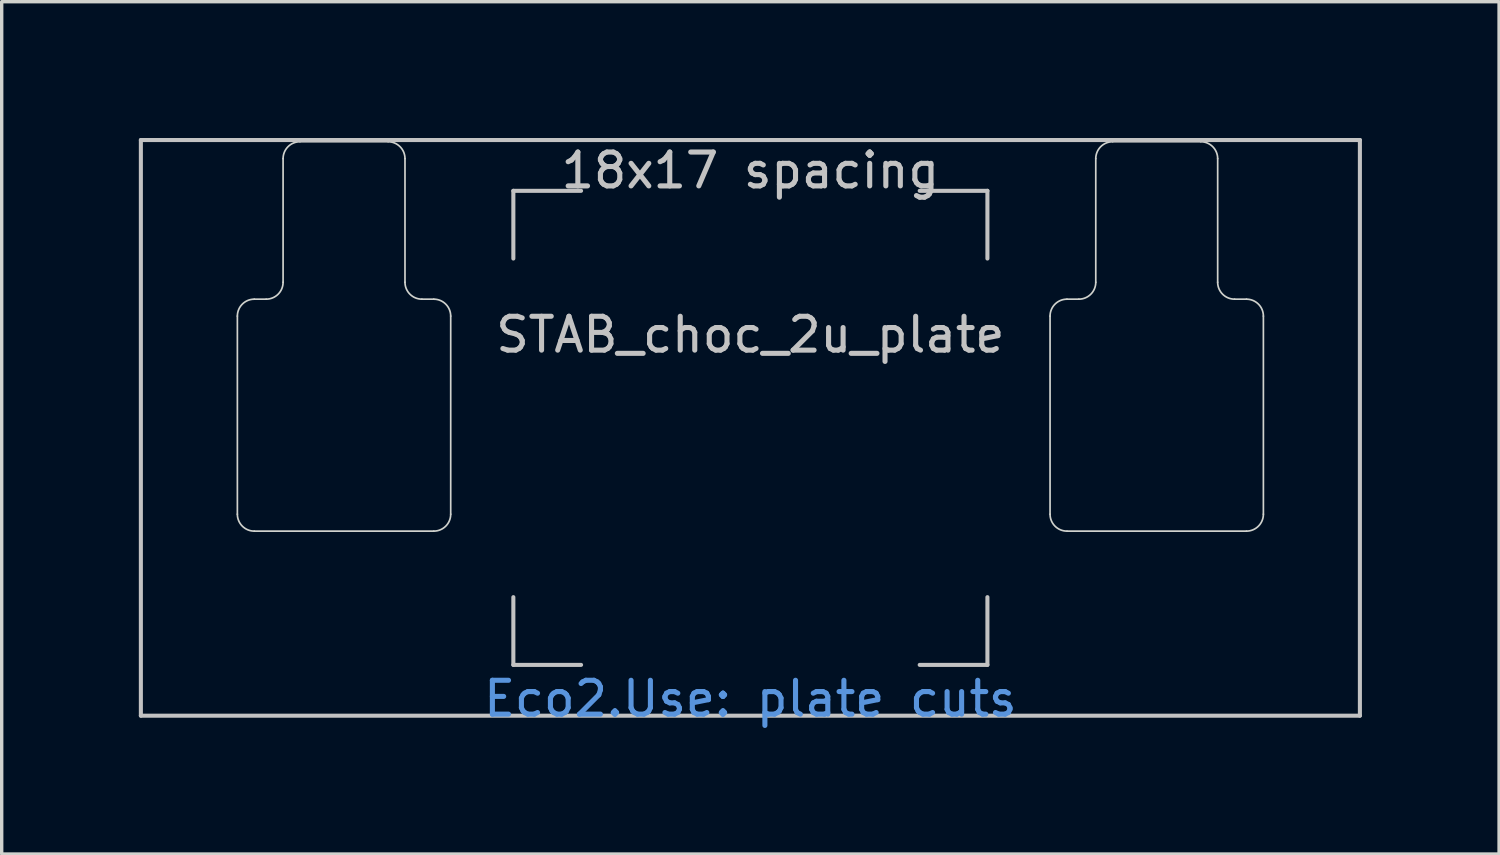
<source format=kicad_pcb>
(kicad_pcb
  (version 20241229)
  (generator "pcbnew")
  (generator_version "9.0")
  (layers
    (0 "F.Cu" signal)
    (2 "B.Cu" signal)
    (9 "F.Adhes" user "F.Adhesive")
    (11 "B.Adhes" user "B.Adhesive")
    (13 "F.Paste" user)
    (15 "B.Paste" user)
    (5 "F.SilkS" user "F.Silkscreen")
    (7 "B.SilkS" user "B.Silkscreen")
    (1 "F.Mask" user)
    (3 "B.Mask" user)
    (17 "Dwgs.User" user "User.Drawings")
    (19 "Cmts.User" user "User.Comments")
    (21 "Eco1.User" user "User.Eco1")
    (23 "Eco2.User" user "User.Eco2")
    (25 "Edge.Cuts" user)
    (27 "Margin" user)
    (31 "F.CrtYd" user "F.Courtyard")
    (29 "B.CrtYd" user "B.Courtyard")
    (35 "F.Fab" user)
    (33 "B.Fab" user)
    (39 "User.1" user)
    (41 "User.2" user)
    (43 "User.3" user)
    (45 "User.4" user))
  (footprint "STAB_choc_2u_plate"
    (layer "F.Cu")
    (at 19.11 9.585)
    (property "Reference" "STAB_choc_2u_plate" (at 0 -2.75 180) (layer "Dwgs.User") (effects (font (size 1 1) (thickness 0.15))))
    (attr exclude_from_pos_files exclude_from_bom)
    (fp_line (start -18 -8.5) (end 18 -8.5) (stroke (width 0.12) (type solid)) (layer "Dwgs.User"))
    (fp_line (start -18 8.5) (end -18 -8.5) (stroke (width 0.12) (type solid)) (layer "Dwgs.User"))
    (fp_line (start -7 -7) (end -7 -5) (stroke (width 0.12) (type solid)) (layer "Dwgs.User"))
    (fp_line (start -7 -7) (end -5 -7) (stroke (width 0.12) (type solid)) (layer "Dwgs.User"))
    (fp_line (start -7 7) (end -7 5) (stroke (width 0.12) (type solid)) (layer "Dwgs.User"))
    (fp_line (start -7 7) (end -5 7) (stroke (width 0.12) (type solid)) (layer "Dwgs.User"))
    (fp_line (start 7 -7) (end 5 -7) (stroke (width 0.12) (type solid)) (layer "Dwgs.User"))
    (fp_line (start 7 -7) (end 7 -5) (stroke (width 0.12) (type solid)) (layer "Dwgs.User"))
    (fp_line (start 7 5) (end 7 7) (stroke (width 0.12) (type solid)) (layer "Dwgs.User"))
    (fp_line (start 7 7) (end 5 7) (stroke (width 0.12) (type solid)) (layer "Dwgs.User"))
    (fp_line (start 18 -8.5) (end 18 8.5) (stroke (width 0.12) (type solid)) (layer "Dwgs.User"))
    (fp_line (start 18 8.5) (end -18 8.5) (stroke (width 0.12) (type solid)) (layer "Dwgs.User"))
    (fp_line (start -19.05 -9.525) (end -19.05 9.525) (stroke (width 0.12) (type solid)) (layer "Eco1.User"))
    (fp_line (start -19.05 9.525) (end 19.05 9.525) (stroke (width 0.12) (type solid)) (layer "Eco1.User"))
    (fp_line (start 19.05 -9.525) (end -19.05 -9.525) (stroke (width 0.12) (type solid)) (layer "Eco1.User"))
    (fp_line (start 19.05 9.525) (end 19.05 -9.525) (stroke (width 0.12) (type solid)) (layer "Eco1.User"))
    (fp_line (start -15.15 2.55) (end -15.15 -3.3) (stroke (width 0.05) (type solid)) (layer "Edge.Cuts"))
    (fp_line (start -14.65 -3.8) (end -14.3 -3.8) (stroke (width 0.05) (type solid)) (layer "Edge.Cuts"))
    (fp_line (start -14.65 3.05) (end -9.35 3.05) (stroke (width 0.05) (type solid)) (layer "Edge.Cuts"))
    (fp_line (start -13.8 -4.3) (end -13.8 -7.95) (stroke (width 0.05) (type solid)) (layer "Edge.Cuts"))
    (fp_line (start -13.3 -8.45) (end -10.7 -8.45) (stroke (width 0.05) (type solid)) (layer "Edge.Cuts"))
    (fp_line (start -10.2 -4.3) (end -10.2 -7.95) (stroke (width 0.05) (type solid)) (layer "Edge.Cuts"))
    (fp_line (start -9.35 -3.8) (end -9.7 -3.8) (stroke (width 0.05) (type solid)) (layer "Edge.Cuts"))
    (fp_line (start -8.85 2.55) (end -8.85 -3.3) (stroke (width 0.05) (type solid)) (layer "Edge.Cuts"))
    (fp_line (start 8.85 2.55) (end 8.85 -3.3) (stroke (width 0.05) (type solid)) (layer "Edge.Cuts"))
    (fp_line (start 9.35 -3.8) (end 9.7 -3.8) (stroke (width 0.05) (type solid)) (layer "Edge.Cuts"))
    (fp_line (start 10.2 -4.3) (end 10.2 -7.95) (stroke (width 0.05) (type solid)) (layer "Edge.Cuts"))
    (fp_line (start 13.3 -8.45) (end 10.7 -8.45) (stroke (width 0.05) (type solid)) (layer "Edge.Cuts"))
    (fp_line (start 13.8 -4.3) (end 13.8 -7.95) (stroke (width 0.05) (type solid)) (layer "Edge.Cuts"))
    (fp_line (start 14.65 -3.8) (end 14.3 -3.8) (stroke (width 0.05) (type solid)) (layer "Edge.Cuts"))
    (fp_line (start 14.65 3.05) (end 9.35 3.05) (stroke (width 0.05) (type solid)) (layer "Edge.Cuts"))
    (fp_line (start 15.15 2.55) (end 15.15 -3.3) (stroke (width 0.05) (type solid)) (layer "Edge.Cuts"))
    (fp_arc (start -15.15 -3.3) (mid -15.003553 -3.653553) (end -14.65 -3.8) (stroke (width 0.05) (type solid)) (layer "Edge.Cuts"))
    (fp_arc (start -14.65 3.05) (mid -15.003553 2.903553) (end -15.15 2.55) (stroke (width 0.05) (type solid)) (layer "Edge.Cuts"))
    (fp_arc (start -13.8 -7.95) (mid -13.653553 -8.303553) (end -13.3 -8.45) (stroke (width 0.05) (type solid)) (layer "Edge.Cuts"))
    (fp_arc (start -13.8 -4.3) (mid -13.946447 -3.946447) (end -14.3 -3.8) (stroke (width 0.05) (type solid)) (layer "Edge.Cuts"))
    (fp_arc (start -10.7 -8.45) (mid -10.346447 -8.303553) (end -10.2 -7.95) (stroke (width 0.05) (type solid)) (layer "Edge.Cuts"))
    (fp_arc (start -9.7 -3.8) (mid -10.053552 -3.946447) (end -10.2 -4.3) (stroke (width 0.05) (type solid)) (layer "Edge.Cuts"))
    (fp_arc (start -9.35 -3.8) (mid -8.996447 -3.653553) (end -8.85 -3.3) (stroke (width 0.05) (type solid)) (layer "Edge.Cuts"))
    (fp_arc (start -8.85 2.55) (mid -8.996447 2.903552) (end -9.35 3.05) (stroke (width 0.05) (type solid)) (layer "Edge.Cuts"))
    (fp_arc (start 8.85 -3.3) (mid 8.996447 -3.653553) (end 9.35 -3.8) (stroke (width 0.05) (type solid)) (layer "Edge.Cuts"))
    (fp_arc (start 9.35 3.05) (mid 8.996447 2.903553) (end 8.85 2.55) (stroke (width 0.05) (type solid)) (layer "Edge.Cuts"))
    (fp_arc (start 10.2 -7.95) (mid 10.346447 -8.303553) (end 10.7 -8.45) (stroke (width 0.05) (type solid)) (layer "Edge.Cuts"))
    (fp_arc (start 10.2 -4.3) (mid 10.053553 -3.946447) (end 9.7 -3.8) (stroke (width 0.05) (type solid)) (layer "Edge.Cuts"))
    (fp_arc (start 13.3 -8.45) (mid 13.653553 -8.303553) (end 13.8 -7.95) (stroke (width 0.05) (type solid)) (layer "Edge.Cuts"))
    (fp_arc (start 14.3 -3.8) (mid 13.946447 -3.946447) (end 13.8 -4.3) (stroke (width 0.05) (type solid)) (layer "Edge.Cuts"))
    (fp_arc (start 14.65 -3.8) (mid 15.003553 -3.653553) (end 15.15 -3.3) (stroke (width 0.05) (type solid)) (layer "Edge.Cuts"))
    (fp_arc (start 15.15 2.55) (mid 15.003553 2.903553) (end 14.65 3.05) (stroke (width 0.05) (type solid)) (layer "Edge.Cuts"))
    (fp_text user "18x17 spacing" (at 0 -7.6 0) (layer "Dwgs.User") (effects (font (size 1 1) (thickness 0.15))))
    (fp_text user "Eco2.Use: plate cuts" (at 0 8 0) (layer "Cmts.User") (effects (font (size 1 1) (thickness 0.15))))
    (fp_text user "19.05 spacing" (at 0 -8.7 0) (layer "Eco1.User") (effects (font (size 1 1) (thickness 0.15)))))
  (gr_rect
    (start -3 -3)
    (end 41.22 22.17)
    (stroke (width 0.1) (type default))
    (fill no)
    (layer "Edge.Cuts")))
</source>
